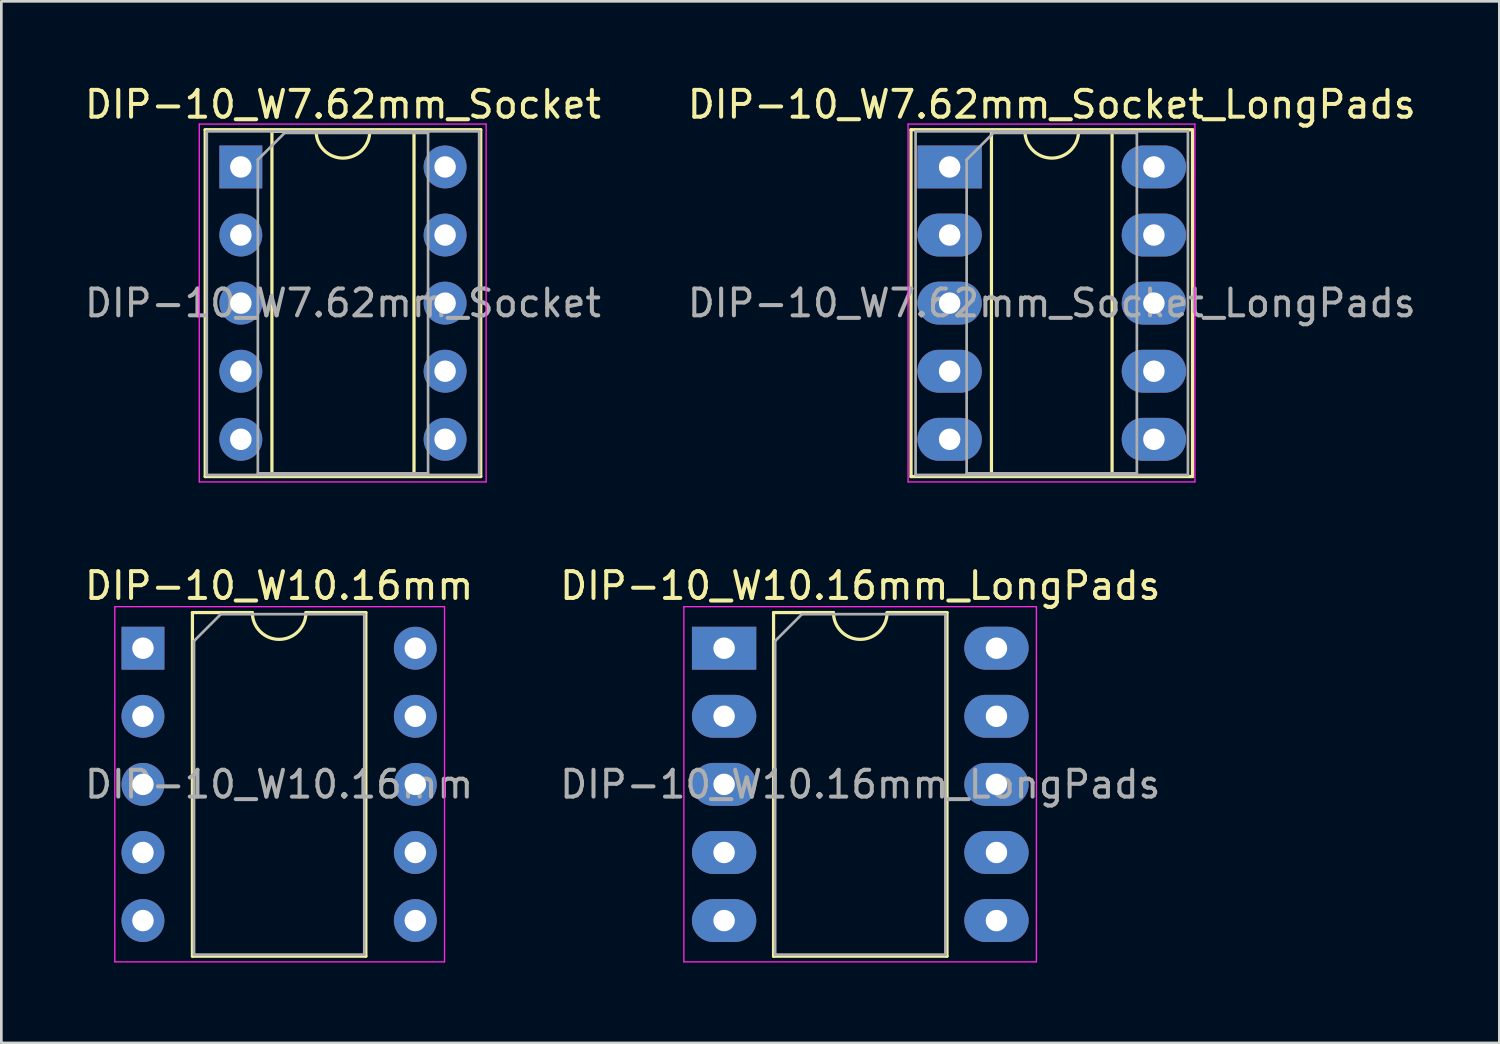
<source format=kicad_pcb>
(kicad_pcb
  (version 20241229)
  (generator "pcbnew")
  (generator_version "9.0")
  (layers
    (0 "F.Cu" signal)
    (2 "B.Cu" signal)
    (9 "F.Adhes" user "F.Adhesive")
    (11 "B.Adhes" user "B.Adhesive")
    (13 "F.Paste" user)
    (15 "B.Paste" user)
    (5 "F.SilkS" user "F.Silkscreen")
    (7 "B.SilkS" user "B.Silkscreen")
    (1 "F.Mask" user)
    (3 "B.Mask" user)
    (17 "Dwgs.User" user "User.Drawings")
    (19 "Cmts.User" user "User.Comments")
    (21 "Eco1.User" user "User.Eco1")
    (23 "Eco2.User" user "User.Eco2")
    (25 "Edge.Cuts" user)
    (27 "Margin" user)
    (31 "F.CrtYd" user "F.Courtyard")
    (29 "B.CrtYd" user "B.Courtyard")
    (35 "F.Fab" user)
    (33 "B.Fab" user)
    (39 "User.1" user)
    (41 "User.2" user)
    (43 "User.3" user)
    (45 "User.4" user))
  (footprint "DIP-10_W7.62mm_Socket"
    (layer "F.Cu")
    (at 5.934 3.178)
    (property "Reference" "DIP-10_W7.62mm_Socket" (at 3.81 -2.33 0) (layer "F.SilkS") (effects (font (size 1 1) (thickness 0.15))))
    (attr through_hole)
    (fp_line (start -1.33 -1.39) (end -1.33 11.55) (stroke (width 0.12) (type solid)) (layer "F.SilkS"))
    (fp_line (start -1.33 11.55) (end 8.95 11.55) (stroke (width 0.12) (type solid)) (layer "F.SilkS"))
    (fp_line (start 1.16 -1.33) (end 1.16 11.49) (stroke (width 0.12) (type solid)) (layer "F.SilkS"))
    (fp_line (start 1.16 11.49) (end 6.46 11.49) (stroke (width 0.12) (type solid)) (layer "F.SilkS"))
    (fp_line (start 2.81 -1.33) (end 1.16 -1.33) (stroke (width 0.12) (type solid)) (layer "F.SilkS"))
    (fp_line (start 6.46 -1.33) (end 4.81 -1.33) (stroke (width 0.12) (type solid)) (layer "F.SilkS"))
    (fp_line (start 6.46 11.49) (end 6.46 -1.33) (stroke (width 0.12) (type solid)) (layer "F.SilkS"))
    (fp_line (start 8.95 -1.39) (end -1.33 -1.39) (stroke (width 0.12) (type solid)) (layer "F.SilkS"))
    (fp_line (start 8.95 11.55) (end 8.95 -1.39) (stroke (width 0.12) (type solid)) (layer "F.SilkS"))
    (fp_arc (start 4.81 -1.33) (mid 3.81 -0.33) (end 2.81 -1.33) (stroke (width 0.12) (type solid)) (layer "F.SilkS"))
    (fp_line (start -1.55 -1.6) (end -1.55 11.75) (stroke (width 0.05) (type solid)) (layer "F.CrtYd"))
    (fp_line (start -1.55 11.75) (end 9.15 11.75) (stroke (width 0.05) (type solid)) (layer "F.CrtYd"))
    (fp_line (start 9.15 -1.6) (end -1.55 -1.6) (stroke (width 0.05) (type solid)) (layer "F.CrtYd"))
    (fp_line (start 9.15 11.75) (end 9.15 -1.6) (stroke (width 0.05) (type solid)) (layer "F.CrtYd"))
    (fp_line (start -1.27 -1.33) (end -1.27 11.49) (stroke (width 0.1) (type solid)) (layer "F.Fab"))
    (fp_line (start -1.27 11.49) (end 8.89 11.49) (stroke (width 0.1) (type solid)) (layer "F.Fab"))
    (fp_line (start 0.635 -0.27) (end 1.635 -1.27) (stroke (width 0.1) (type solid)) (layer "F.Fab"))
    (fp_line (start 0.635 11.43) (end 0.635 -0.27) (stroke (width 0.1) (type solid)) (layer "F.Fab"))
    (fp_line (start 1.635 -1.27) (end 6.985 -1.27) (stroke (width 0.1) (type solid)) (layer "F.Fab"))
    (fp_line (start 6.985 -1.27) (end 6.985 11.43) (stroke (width 0.1) (type solid)) (layer "F.Fab"))
    (fp_line (start 6.985 11.43) (end 0.635 11.43) (stroke (width 0.1) (type solid)) (layer "F.Fab"))
    (fp_line (start 8.89 -1.33) (end -1.27 -1.33) (stroke (width 0.1) (type solid)) (layer "F.Fab"))
    (fp_line (start 8.89 11.49) (end 8.89 -1.33) (stroke (width 0.1) (type solid)) (layer "F.Fab"))
    (fp_text user "${REFERENCE}" (at 3.81 5.08 0) (layer "F.Fab") (effects (font (size 1 1) (thickness 0.15))))
    (pad "1" thru_hole rect (at 0 0) (size 1.6 1.6) (drill 0.8) (layers "*.Cu" "*.Mask"))
    (pad "2" thru_hole oval (at 0 2.54) (size 1.6 1.6) (drill 0.8) (layers "*.Cu" "*.Mask"))
    (pad "3" thru_hole oval (at 0 5.08) (size 1.6 1.6) (drill 0.8) (layers "*.Cu" "*.Mask"))
    (pad "4" thru_hole oval (at 0 7.62) (size 1.6 1.6) (drill 0.8) (layers "*.Cu" "*.Mask"))
    (pad "5" thru_hole oval (at 0 10.16) (size 1.6 1.6) (drill 0.8) (layers "*.Cu" "*.Mask"))
    (pad "6" thru_hole oval (at 7.62 10.16) (size 1.6 1.6) (drill 0.8) (layers "*.Cu" "*.Mask"))
    (pad "7" thru_hole oval (at 7.62 7.62) (size 1.6 1.6) (drill 0.8) (layers "*.Cu" "*.Mask"))
    (pad "8" thru_hole oval (at 7.62 5.08) (size 1.6 1.6) (drill 0.8) (layers "*.Cu" "*.Mask"))
    (pad "9" thru_hole oval (at 7.62 2.54) (size 1.6 1.6) (drill 0.8) (layers "*.Cu" "*.Mask"))
    (pad "10" thru_hole oval (at 7.62 0) (size 1.6 1.6) (drill 0.8) (layers "*.Cu" "*.Mask")))
  (footprint "DIP-10_W10.16mm"
    (layer "F.Cu")
    (at 2.283 21.131)
    (property "Reference" "DIP-10_W10.16mm" (at 5.08 -2.33 0) (layer "F.SilkS") (effects (font (size 1 1) (thickness 0.15))))
    (attr through_hole)
    (fp_line (start 1.845 -1.33) (end 1.845 11.49) (stroke (width 0.12) (type solid)) (layer "F.SilkS"))
    (fp_line (start 1.845 11.49) (end 8.315 11.49) (stroke (width 0.12) (type solid)) (layer "F.SilkS"))
    (fp_line (start 4.08 -1.33) (end 1.845 -1.33) (stroke (width 0.12) (type solid)) (layer "F.SilkS"))
    (fp_line (start 8.315 -1.33) (end 6.08 -1.33) (stroke (width 0.12) (type solid)) (layer "F.SilkS"))
    (fp_line (start 8.315 11.49) (end 8.315 -1.33) (stroke (width 0.12) (type solid)) (layer "F.SilkS"))
    (fp_arc (start 6.08 -1.33) (mid 5.08 -0.33) (end 4.08 -1.33) (stroke (width 0.12) (type solid)) (layer "F.SilkS"))
    (fp_line (start -1.05 -1.55) (end -1.05 11.7) (stroke (width 0.05) (type solid)) (layer "F.CrtYd"))
    (fp_line (start -1.05 11.7) (end 11.25 11.7) (stroke (width 0.05) (type solid)) (layer "F.CrtYd"))
    (fp_line (start 11.25 -1.55) (end -1.05 -1.55) (stroke (width 0.05) (type solid)) (layer "F.CrtYd"))
    (fp_line (start 11.25 11.7) (end 11.25 -1.55) (stroke (width 0.05) (type solid)) (layer "F.CrtYd"))
    (fp_line (start 1.905 -0.27) (end 2.905 -1.27) (stroke (width 0.1) (type solid)) (layer "F.Fab"))
    (fp_line (start 1.905 11.43) (end 1.905 -0.27) (stroke (width 0.1) (type solid)) (layer "F.Fab"))
    (fp_line (start 2.905 -1.27) (end 8.255 -1.27) (stroke (width 0.1) (type solid)) (layer "F.Fab"))
    (fp_line (start 8.255 -1.27) (end 8.255 11.43) (stroke (width 0.1) (type solid)) (layer "F.Fab"))
    (fp_line (start 8.255 11.43) (end 1.905 11.43) (stroke (width 0.1) (type solid)) (layer "F.Fab"))
    (fp_text user "${REFERENCE}" (at 5.08 5.08 0) (layer "F.Fab") (effects (font (size 1 1) (thickness 0.15))))
    (pad "1" thru_hole rect (at 0 0) (size 1.6 1.6) (drill 0.8) (layers "*.Cu" "*.Mask"))
    (pad "2" thru_hole oval (at 0 2.54) (size 1.6 1.6) (drill 0.8) (layers "*.Cu" "*.Mask"))
    (pad "3" thru_hole oval (at 0 5.08) (size 1.6 1.6) (drill 0.8) (layers "*.Cu" "*.Mask"))
    (pad "4" thru_hole oval (at 0 7.62) (size 1.6 1.6) (drill 0.8) (layers "*.Cu" "*.Mask"))
    (pad "5" thru_hole oval (at 0 10.16) (size 1.6 1.6) (drill 0.8) (layers "*.Cu" "*.Mask"))
    (pad "6" thru_hole oval (at 10.16 10.16) (size 1.6 1.6) (drill 0.8) (layers "*.Cu" "*.Mask"))
    (pad "7" thru_hole oval (at 10.16 7.62) (size 1.6 1.6) (drill 0.8) (layers "*.Cu" "*.Mask"))
    (pad "8" thru_hole oval (at 10.16 5.08) (size 1.6 1.6) (drill 0.8) (layers "*.Cu" "*.Mask"))
    (pad "9" thru_hole oval (at 10.16 2.54) (size 1.6 1.6) (drill 0.8) (layers "*.Cu" "*.Mask"))
    (pad "10" thru_hole oval (at 10.16 0) (size 1.6 1.6) (drill 0.8) (layers "*.Cu" "*.Mask")))
  (footprint "DIP-10_W7.62mm_Socket_LongPads"
    (layer "F.Cu")
    (at 32.375 3.178)
    (property "Reference" "DIP-10_W7.62mm_Socket_LongPads" (at 3.81 -2.33 0) (layer "F.SilkS") (effects (font (size 1 1) (thickness 0.15))))
    (attr through_hole)
    (fp_line (start -1.44 -1.39) (end -1.44 11.55) (stroke (width 0.12) (type solid)) (layer "F.SilkS"))
    (fp_line (start -1.44 11.55) (end 9.06 11.55) (stroke (width 0.12) (type solid)) (layer "F.SilkS"))
    (fp_line (start 1.56 -1.33) (end 1.56 11.49) (stroke (width 0.12) (type solid)) (layer "F.SilkS"))
    (fp_line (start 1.56 11.49) (end 6.06 11.49) (stroke (width 0.12) (type solid)) (layer "F.SilkS"))
    (fp_line (start 2.81 -1.33) (end 1.56 -1.33) (stroke (width 0.12) (type solid)) (layer "F.SilkS"))
    (fp_line (start 6.06 -1.33) (end 4.81 -1.33) (stroke (width 0.12) (type solid)) (layer "F.SilkS"))
    (fp_line (start 6.06 11.49) (end 6.06 -1.33) (stroke (width 0.12) (type solid)) (layer "F.SilkS"))
    (fp_line (start 9.06 -1.39) (end -1.44 -1.39) (stroke (width 0.12) (type solid)) (layer "F.SilkS"))
    (fp_line (start 9.06 11.55) (end 9.06 -1.39) (stroke (width 0.12) (type solid)) (layer "F.SilkS"))
    (fp_arc (start 4.81 -1.33) (mid 3.81 -0.33) (end 2.81 -1.33) (stroke (width 0.12) (type solid)) (layer "F.SilkS"))
    (fp_line (start -1.55 -1.6) (end -1.55 11.75) (stroke (width 0.05) (type solid)) (layer "F.CrtYd"))
    (fp_line (start -1.55 11.75) (end 9.15 11.75) (stroke (width 0.05) (type solid)) (layer "F.CrtYd"))
    (fp_line (start 9.15 -1.6) (end -1.55 -1.6) (stroke (width 0.05) (type solid)) (layer "F.CrtYd"))
    (fp_line (start 9.15 11.75) (end 9.15 -1.6) (stroke (width 0.05) (type solid)) (layer "F.CrtYd"))
    (fp_line (start -1.27 -1.33) (end -1.27 11.49) (stroke (width 0.1) (type solid)) (layer "F.Fab"))
    (fp_line (start -1.27 11.49) (end 8.89 11.49) (stroke (width 0.1) (type solid)) (layer "F.Fab"))
    (fp_line (start 0.635 -0.27) (end 1.635 -1.27) (stroke (width 0.1) (type solid)) (layer "F.Fab"))
    (fp_line (start 0.635 11.43) (end 0.635 -0.27) (stroke (width 0.1) (type solid)) (layer "F.Fab"))
    (fp_line (start 1.635 -1.27) (end 6.985 -1.27) (stroke (width 0.1) (type solid)) (layer "F.Fab"))
    (fp_line (start 6.985 -1.27) (end 6.985 11.43) (stroke (width 0.1) (type solid)) (layer "F.Fab"))
    (fp_line (start 6.985 11.43) (end 0.635 11.43) (stroke (width 0.1) (type solid)) (layer "F.Fab"))
    (fp_line (start 8.89 -1.33) (end -1.27 -1.33) (stroke (width 0.1) (type solid)) (layer "F.Fab"))
    (fp_line (start 8.89 11.49) (end 8.89 -1.33) (stroke (width 0.1) (type solid)) (layer "F.Fab"))
    (fp_text user "${REFERENCE}" (at 3.81 5.08 0) (layer "F.Fab") (effects (font (size 1 1) (thickness 0.15))))
    (pad "1" thru_hole rect (at 0 0) (size 2.4 1.6) (drill 0.8) (layers "*.Cu" "*.Mask"))
    (pad "2" thru_hole oval (at 0 2.54) (size 2.4 1.6) (drill 0.8) (layers "*.Cu" "*.Mask"))
    (pad "3" thru_hole oval (at 0 5.08) (size 2.4 1.6) (drill 0.8) (layers "*.Cu" "*.Mask"))
    (pad "4" thru_hole oval (at 0 7.62) (size 2.4 1.6) (drill 0.8) (layers "*.Cu" "*.Mask"))
    (pad "5" thru_hole oval (at 0 10.16) (size 2.4 1.6) (drill 0.8) (layers "*.Cu" "*.Mask"))
    (pad "6" thru_hole oval (at 7.62 10.16) (size 2.4 1.6) (drill 0.8) (layers "*.Cu" "*.Mask"))
    (pad "7" thru_hole oval (at 7.62 7.62) (size 2.4 1.6) (drill 0.8) (layers "*.Cu" "*.Mask"))
    (pad "8" thru_hole oval (at 7.62 5.08) (size 2.4 1.6) (drill 0.8) (layers "*.Cu" "*.Mask"))
    (pad "9" thru_hole oval (at 7.62 2.54) (size 2.4 1.6) (drill 0.8) (layers "*.Cu" "*.Mask"))
    (pad "10" thru_hole oval (at 7.62 0) (size 2.4 1.6) (drill 0.8) (layers "*.Cu" "*.Mask")))
  (footprint "DIP-10_W10.16mm_LongPads"
    (layer "F.Cu")
    (at 23.962 21.131)
    (property "Reference" "DIP-10_W10.16mm_LongPads" (at 5.08 -2.33 0) (layer "F.SilkS") (effects (font (size 1 1) (thickness 0.15))))
    (attr through_hole)
    (fp_line (start 1.845 -1.33) (end 1.845 11.49) (stroke (width 0.12) (type solid)) (layer "F.SilkS"))
    (fp_line (start 1.845 11.49) (end 8.315 11.49) (stroke (width 0.12) (type solid)) (layer "F.SilkS"))
    (fp_line (start 4.08 -1.33) (end 1.845 -1.33) (stroke (width 0.12) (type solid)) (layer "F.SilkS"))
    (fp_line (start 8.315 -1.33) (end 6.08 -1.33) (stroke (width 0.12) (type solid)) (layer "F.SilkS"))
    (fp_line (start 8.315 11.49) (end 8.315 -1.33) (stroke (width 0.12) (type solid)) (layer "F.SilkS"))
    (fp_arc (start 6.08 -1.33) (mid 5.08 -0.33) (end 4.08 -1.33) (stroke (width 0.12) (type solid)) (layer "F.SilkS"))
    (fp_line (start -1.5 -1.55) (end -1.5 11.7) (stroke (width 0.05) (type solid)) (layer "F.CrtYd"))
    (fp_line (start -1.5 11.7) (end 11.65 11.7) (stroke (width 0.05) (type solid)) (layer "F.CrtYd"))
    (fp_line (start 11.65 -1.55) (end -1.5 -1.55) (stroke (width 0.05) (type solid)) (layer "F.CrtYd"))
    (fp_line (start 11.65 11.7) (end 11.65 -1.55) (stroke (width 0.05) (type solid)) (layer "F.CrtYd"))
    (fp_line (start 1.905 -0.27) (end 2.905 -1.27) (stroke (width 0.1) (type solid)) (layer "F.Fab"))
    (fp_line (start 1.905 11.43) (end 1.905 -0.27) (stroke (width 0.1) (type solid)) (layer "F.Fab"))
    (fp_line (start 2.905 -1.27) (end 8.255 -1.27) (stroke (width 0.1) (type solid)) (layer "F.Fab"))
    (fp_line (start 8.255 -1.27) (end 8.255 11.43) (stroke (width 0.1) (type solid)) (layer "F.Fab"))
    (fp_line (start 8.255 11.43) (end 1.905 11.43) (stroke (width 0.1) (type solid)) (layer "F.Fab"))
    (fp_text user "${REFERENCE}" (at 5.08 5.08 0) (layer "F.Fab") (effects (font (size 1 1) (thickness 0.15))))
    (pad "1" thru_hole rect (at 0 0) (size 2.4 1.6) (drill 0.8) (layers "*.Cu" "*.Mask"))
    (pad "2" thru_hole oval (at 0 2.54) (size 2.4 1.6) (drill 0.8) (layers "*.Cu" "*.Mask"))
    (pad "3" thru_hole oval (at 0 5.08) (size 2.4 1.6) (drill 0.8) (layers "*.Cu" "*.Mask"))
    (pad "4" thru_hole oval (at 0 7.62) (size 2.4 1.6) (drill 0.8) (layers "*.Cu" "*.Mask"))
    (pad "5" thru_hole oval (at 0 10.16) (size 2.4 1.6) (drill 0.8) (layers "*.Cu" "*.Mask"))
    (pad "6" thru_hole oval (at 10.16 10.16) (size 2.4 1.6) (drill 0.8) (layers "*.Cu" "*.Mask"))
    (pad "7" thru_hole oval (at 10.16 7.62) (size 2.4 1.6) (drill 0.8) (layers "*.Cu" "*.Mask"))
    (pad "8" thru_hole oval (at 10.16 5.08) (size 2.4 1.6) (drill 0.8) (layers "*.Cu" "*.Mask"))
    (pad "9" thru_hole oval (at 10.16 2.54) (size 2.4 1.6) (drill 0.8) (layers "*.Cu" "*.Mask"))
    (pad "10" thru_hole oval (at 10.16 0) (size 2.4 1.6) (drill 0.8) (layers "*.Cu" "*.Mask")))
  (gr_rect
    (start -3 -3)
    (end 52.881 35.856)
    (stroke (width 0.1) (type default))
    (fill no)
    (layer "Edge.Cuts")))
</source>
